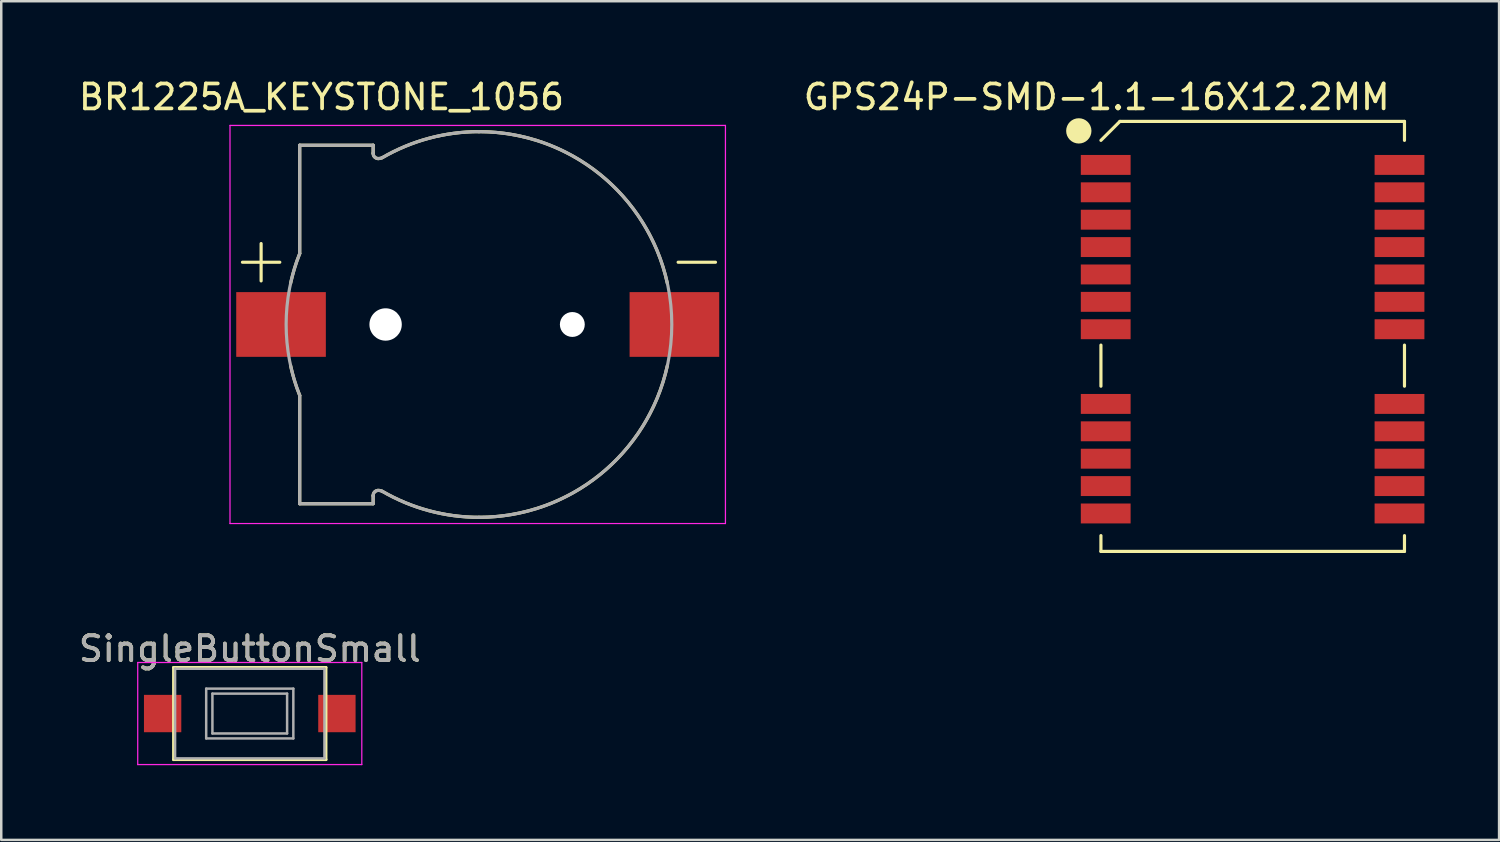
<source format=kicad_pcb>
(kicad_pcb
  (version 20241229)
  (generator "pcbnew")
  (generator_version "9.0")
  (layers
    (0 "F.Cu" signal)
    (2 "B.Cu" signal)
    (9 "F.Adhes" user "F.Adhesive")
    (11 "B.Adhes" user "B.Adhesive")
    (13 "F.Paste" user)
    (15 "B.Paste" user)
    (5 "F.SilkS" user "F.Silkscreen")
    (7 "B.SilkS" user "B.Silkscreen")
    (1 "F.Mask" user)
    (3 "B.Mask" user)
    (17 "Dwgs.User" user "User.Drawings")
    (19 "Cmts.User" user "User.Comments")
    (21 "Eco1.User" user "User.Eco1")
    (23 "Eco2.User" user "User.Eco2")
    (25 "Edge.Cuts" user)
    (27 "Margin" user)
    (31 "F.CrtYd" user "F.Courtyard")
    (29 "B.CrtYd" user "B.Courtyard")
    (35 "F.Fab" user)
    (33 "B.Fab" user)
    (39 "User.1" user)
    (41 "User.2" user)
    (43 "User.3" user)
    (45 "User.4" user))
  (footprint "BR1225A_KEYSTONE_1056"
    (layer "F.Cu")
    (at 16.188 9.983)
    (property "Reference" "BR1225A_KEYSTONE_1056" (at -6.325 -9.135 0) (layer "F.SilkS") (effects (font (size 1 1) (thickness 0.15))))
    (attr through_hole)
    (fp_line (start -9.5 -2.5) (end -8 -2.5) (stroke (width 0.127) (type solid)) (layer "F.SilkS"))
    (fp_line (start -8.75 -3.25) (end -8.75 -1.75) (stroke (width 0.127) (type solid)) (layer "F.SilkS"))
    (fp_line (start -7.2 -7.2) (end -4.25 -7.2) (stroke (width 0.127) (type solid)) (layer "F.SilkS"))
    (fp_line (start -7.2 -2.85) (end -7.2 -7.2) (stroke (width 0.127) (type solid)) (layer "F.SilkS"))
    (fp_line (start -7.2 2.85) (end -7.2 7.2) (stroke (width 0.127) (type solid)) (layer "F.SilkS"))
    (fp_line (start -7.2 7.2) (end -4.25 7.2) (stroke (width 0.127) (type solid)) (layer "F.SilkS"))
    (fp_line (start -4.25 -7.2) (end -4.25 -6.88) (stroke (width 0.127) (type solid)) (layer "F.SilkS"))
    (fp_line (start -4.25 7.2) (end -4.25 6.88) (stroke (width 0.127) (type solid)) (layer "F.SilkS"))
    (fp_line (start 8 -2.5) (end 9.5 -2.5) (stroke (width 0.127) (type solid)) (layer "F.SilkS"))
    (fp_arc (start -7.563 -1.664) (mid -7.406196 -2.264559) (end -7.2 -2.85) (stroke (width 0.127) (type solid)) (layer "F.SilkS"))
    (fp_arc (start -7.2 2.85) (mid -7.406196 2.264559) (end -7.563 1.664) (stroke (width 0.127) (type solid)) (layer "F.SilkS"))
    (fp_arc (start -4.250001 6.88) (mid -4.19703 6.732113) (end -4.055 6.665) (stroke (width 0.127) (type solid)) (layer "F.SilkS"))
    (fp_arc (start -4.055 -6.665) (mid -4.197028 -6.732114) (end -4.25 -6.88) (stroke (width 0.127) (type solid)) (layer "F.SilkS"))
    (fp_arc (start -4.055 6.665) (mid -3.96231 6.672896) (end -3.875 6.705) (stroke (width 0.127) (type solid)) (layer "F.SilkS"))
    (fp_arc (start -3.875 -6.705) (mid -3.96231 -6.672896) (end -4.055 -6.665) (stroke (width 0.127) (type solid)) (layer "F.SilkS"))
    (fp_arc (start -3.875 -6.705) (mid -2.006137 -7.480737) (end 0 -7.745) (stroke (width 0.127) (type solid)) (layer "F.SilkS"))
    (fp_arc (start 0 -7.745) (mid 4.852358 -6.036609) (end 7.564 -1.664999) (stroke (width 0.127) (type solid)) (layer "F.SilkS"))
    (fp_arc (start 0 7.745) (mid -2.006137 7.480737) (end -3.875 6.705) (stroke (width 0.127) (type solid)) (layer "F.SilkS"))
    (fp_arc (start 7.564 1.664999) (mid 4.852358 6.036609) (end 0 7.745) (stroke (width 0.127) (type solid)) (layer "F.SilkS"))
    (fp_line (start -10 -7.995) (end 9.9 -7.995) (stroke (width 0.05) (type solid)) (layer "F.CrtYd"))
    (fp_line (start -10 7.995) (end -10 -7.995) (stroke (width 0.05) (type solid)) (layer "F.CrtYd"))
    (fp_line (start 9.9 -7.995) (end 9.9 7.995) (stroke (width 0.05) (type solid)) (layer "F.CrtYd"))
    (fp_line (start 9.9 7.995) (end -10 7.995) (stroke (width 0.05) (type solid)) (layer "F.CrtYd"))
    (fp_line (start -7.2 -7.2) (end -7.2 -2.85) (stroke (width 0.127) (type solid)) (layer "F.Fab"))
    (fp_line (start -7.2 -7.2) (end -4.25 -7.2) (stroke (width 0.127) (type solid)) (layer "F.Fab"))
    (fp_line (start -7.2 2.85) (end -7.2 7.2) (stroke (width 0.127) (type solid)) (layer "F.Fab"))
    (fp_line (start -7.2 7.2) (end -4.25 7.2) (stroke (width 0.127) (type solid)) (layer "F.Fab"))
    (fp_line (start -4.25 -7.2) (end -4.25 -6.88) (stroke (width 0.127) (type solid)) (layer "F.Fab"))
    (fp_line (start -4.25 7.2) (end -4.25 6.88) (stroke (width 0.127) (type solid)) (layer "F.Fab"))
    (fp_arc (start -7.2 2.85) (mid -7.745059 0) (end -7.2 -2.85) (stroke (width 0.127) (type solid)) (layer "F.Fab"))
    (fp_arc (start -4.250001 6.88) (mid -4.19703 6.732113) (end -4.055 6.665) (stroke (width 0.127) (type solid)) (layer "F.Fab"))
    (fp_arc (start -4.055 -6.665) (mid -4.197028 -6.732114) (end -4.25 -6.88) (stroke (width 0.127) (type solid)) (layer "F.Fab"))
    (fp_arc (start -4.055 6.665) (mid -3.96231 6.672896) (end -3.875 6.705) (stroke (width 0.127) (type solid)) (layer "F.Fab"))
    (fp_arc (start -3.875 -6.705) (mid -3.96231 -6.672896) (end -4.055 -6.665) (stroke (width 0.127) (type solid)) (layer "F.Fab"))
    (fp_arc (start -3.875 -6.705) (mid -2.006137 -7.480737) (end 0 -7.745) (stroke (width 0.127) (type solid)) (layer "F.Fab"))
    (fp_arc (start 0 -7.745) (mid 7.745 0) (end 0 7.745) (stroke (width 0.127) (type solid)) (layer "F.Fab"))
    (fp_arc (start 0 7.745) (mid -2.006137 7.480737) (end -3.875 6.705) (stroke (width 0.127) (type solid)) (layer "F.Fab"))
    (pad "" np_thru_hole circle (at -3.75 0) (size 1.3 1.3) (drill 1.3) (layers "*.Cu" "*.Mask"))
    (pad "" np_thru_hole circle (at 3.75 0) (size 1 1) (drill 1) (layers "*.Cu" "*.Mask"))
    (pad "1" smd rect (at -7.95 0) (size 3.6 2.6) (layers "F.Cu" "F.Mask" "F.Paste"))
    (pad "2" smd rect (at 7.85 0) (size 3.6 2.6) (layers "F.Cu" "F.Mask" "F.Paste")))
  (footprint "GPS24P-SMD-1.1-16X12.2MM"
    (layer "F.Cu")
    (at 47.266 10.462)
    (property "Reference" "GPS24P-SMD-1.1-16X12.2MM" (at -6.266 -9.614 0) (layer "F.SilkS") (effects (font (size 1 1) (thickness 0.15))))
    (attr smd)
    (fp_line (start -6.096 2) (end -6.096 0.35) (stroke (width 0.127) (type solid)) (layer "F.SilkS"))
    (fp_line (start -6.096 8.636) (end -6.096 8.001) (stroke (width 0.127) (type solid)) (layer "F.SilkS"))
    (fp_line (start -5.334 -8.636) (end -6.096 -7.874) (stroke (width 0.127) (type solid)) (layer "F.SilkS"))
    (fp_line (start 6.096 -8.636) (end -5.334 -8.636) (stroke (width 0.127) (type solid)) (layer "F.SilkS"))
    (fp_line (start 6.096 -7.874) (end 6.096 -8.636) (stroke (width 0.127) (type solid)) (layer "F.SilkS"))
    (fp_line (start 6.096 2) (end 6.096 0.35) (stroke (width 0.127) (type solid)) (layer "F.SilkS"))
    (fp_line (start 6.096 8.001) (end 6.096 8.636) (stroke (width 0.127) (type solid)) (layer "F.SilkS"))
    (fp_line (start 6.096 8.636) (end -6.096 8.636) (stroke (width 0.127) (type solid)) (layer "F.SilkS"))
    (fp_circle (center -6.985 -8.255) (end -6.731 -8.255) (stroke (width 0.508) (type solid)) (fill no) (layer "F.SilkS"))
    (pad "1" smd rect (at -5.904 -6.888 180) (size 2 0.8) (layers "F.Cu" "F.Mask"))
    (pad "2" smd rect (at -5.904 -5.788 180) (size 2 0.8) (layers "F.Cu" "F.Mask"))
    (pad "3" smd rect (at -5.904 -4.688 180) (size 2 0.8) (layers "F.Cu" "F.Mask"))
    (pad "4" smd rect (at -5.904 -3.588 180) (size 2 0.8) (layers "F.Cu" "F.Mask"))
    (pad "5" smd rect (at -5.904 -2.488 180) (size 2 0.8) (layers "F.Cu" "F.Mask"))
    (pad "6" smd rect (at -5.904 -1.388 180) (size 2 0.8) (layers "F.Cu" "F.Mask"))
    (pad "7" smd rect (at -5.904 -0.288 180) (size 2 0.8) (layers "F.Cu" "F.Mask"))
    (pad "8" smd rect (at -5.904 2.712 180) (size 2 0.8) (layers "F.Cu" "F.Mask"))
    (pad "9" smd rect (at -5.904 3.812 180) (size 2 0.8) (layers "F.Cu" "F.Mask"))
    (pad "10" smd rect (at -5.904 4.912 180) (size 2 0.8) (layers "F.Cu" "F.Mask"))
    (pad "11" smd rect (at -5.904 6.012 180) (size 2 0.8) (layers "F.Cu" "F.Mask"))
    (pad "12" smd rect (at -5.904 7.112 180) (size 2 0.8) (layers "F.Cu" "F.Mask"))
    (pad "13" smd rect (at 5.896 7.112 180) (size 2 0.8) (layers "F.Cu" "F.Mask"))
    (pad "14" smd rect (at 5.896 6.012 180) (size 2 0.8) (layers "F.Cu" "F.Mask"))
    (pad "15" smd rect (at 5.896 4.912 180) (size 2 0.8) (layers "F.Cu" "F.Mask"))
    (pad "16" smd rect (at 5.896 3.812 180) (size 2 0.8) (layers "F.Cu" "F.Mask"))
    (pad "17" smd rect (at 5.896 2.712 180) (size 2 0.8) (layers "F.Cu" "F.Mask"))
    (pad "18" smd rect (at 5.896 -0.288 180) (size 2 0.8) (layers "F.Cu" "F.Mask"))
    (pad "19" smd rect (at 5.896 -1.388 180) (size 2 0.8) (layers "F.Cu" "F.Mask"))
    (pad "20" smd rect (at 5.896 -2.488 180) (size 2 0.8) (layers "F.Cu" "F.Mask"))
    (pad "21" smd rect (at 5.896 -3.588 180) (size 2 0.8) (layers "F.Cu" "F.Mask"))
    (pad "22" smd rect (at 5.896 -4.688 180) (size 2 0.8) (layers "F.Cu" "F.Mask"))
    (pad "23" smd rect (at 5.896 -5.788 180) (size 2 0.8) (layers "F.Cu" "F.Mask"))
    (pad "24" smd rect (at 5.896 -6.888 180) (size 2 0.8) (layers "F.Cu" "F.Mask")))
  (footprint "SingleButtonSmall"
    (layer "F.Cu")
    (at 6.982 25.61)
    (property "Reference" "SingleButtonSmall" (at 0 -2.6 0) (layer "F.SilkS") (effects (font (size 1 1) (thickness 0.15))))
    (attr smd)
    (fp_line (start -3.06 -1.85) (end 3.06 -1.85) (stroke (width 0.12) (type solid)) (layer "F.SilkS"))
    (fp_line (start -3.06 1.85) (end -3.06 -1.85) (stroke (width 0.12) (type solid)) (layer "F.SilkS"))
    (fp_line (start 3.06 -1.85) (end 3.06 1.85) (stroke (width 0.12) (type solid)) (layer "F.SilkS"))
    (fp_line (start 3.06 1.85) (end -3.06 1.85) (stroke (width 0.12) (type solid)) (layer "F.SilkS"))
    (fp_line (start -4.5 -2.05) (end 4.5 -2.05) (stroke (width 0.05) (type solid)) (layer "F.CrtYd"))
    (fp_line (start -4.5 2.05) (end -4.5 -2.05) (stroke (width 0.05) (type solid)) (layer "F.CrtYd"))
    (fp_line (start 4.5 -2.05) (end 4.5 2.05) (stroke (width 0.05) (type solid)) (layer "F.CrtYd"))
    (fp_line (start 4.5 2.05) (end -4.5 2.05) (stroke (width 0.05) (type solid)) (layer "F.CrtYd"))
    (fp_line (start -3 -1.8) (end -3 1.8) (stroke (width 0.1) (type solid)) (layer "F.Fab"))
    (fp_line (start -3 -1.8) (end 3 -1.8) (stroke (width 0.1) (type solid)) (layer "F.Fab"))
    (fp_line (start -3 1.8) (end 3 1.8) (stroke (width 0.1) (type solid)) (layer "F.Fab"))
    (fp_line (start -1.75 -1) (end 1.75 -1) (stroke (width 0.1) (type solid)) (layer "F.Fab"))
    (fp_line (start -1.75 1) (end -1.75 -1) (stroke (width 0.1) (type solid)) (layer "F.Fab"))
    (fp_line (start -1.5 -0.8) (end -1.5 0.8) (stroke (width 0.1) (type solid)) (layer "F.Fab"))
    (fp_line (start -1.5 -0.8) (end 1.5 -0.8) (stroke (width 0.1) (type solid)) (layer "F.Fab"))
    (fp_line (start -1.5 0.8) (end 1.5 0.8) (stroke (width 0.1) (type solid)) (layer "F.Fab"))
    (fp_line (start 1.5 -0.8) (end 1.5 0.8) (stroke (width 0.1) (type solid)) (layer "F.Fab"))
    (fp_line (start 1.75 -1) (end 1.75 1) (stroke (width 0.1) (type solid)) (layer "F.Fab"))
    (fp_line (start 1.75 1) (end -1.75 1) (stroke (width 0.1) (type solid)) (layer "F.Fab"))
    (fp_line (start 3 -1.8) (end 3 1.8) (stroke (width 0.1) (type solid)) (layer "F.Fab"))
    (fp_text user "${REFERENCE}" (at 0 -2.6 0) (layer "F.Fab") (effects (font (size 1 1) (thickness 0.15))))
    (pad "1" smd rect (at -3.5 0) (size 1.5 1.5) (layers "F.Cu" "F.Mask" "F.Paste"))
    (pad "2" smd rect (at 3.5 0) (size 1.5 1.5) (layers "F.Cu" "F.Mask" "F.Paste")))
  (gr_rect
    (start -3 -3)
    (end 57.162 30.685)
    (stroke (width 0.1) (type default))
    (fill no)
    (layer "Edge.Cuts")))
</source>
